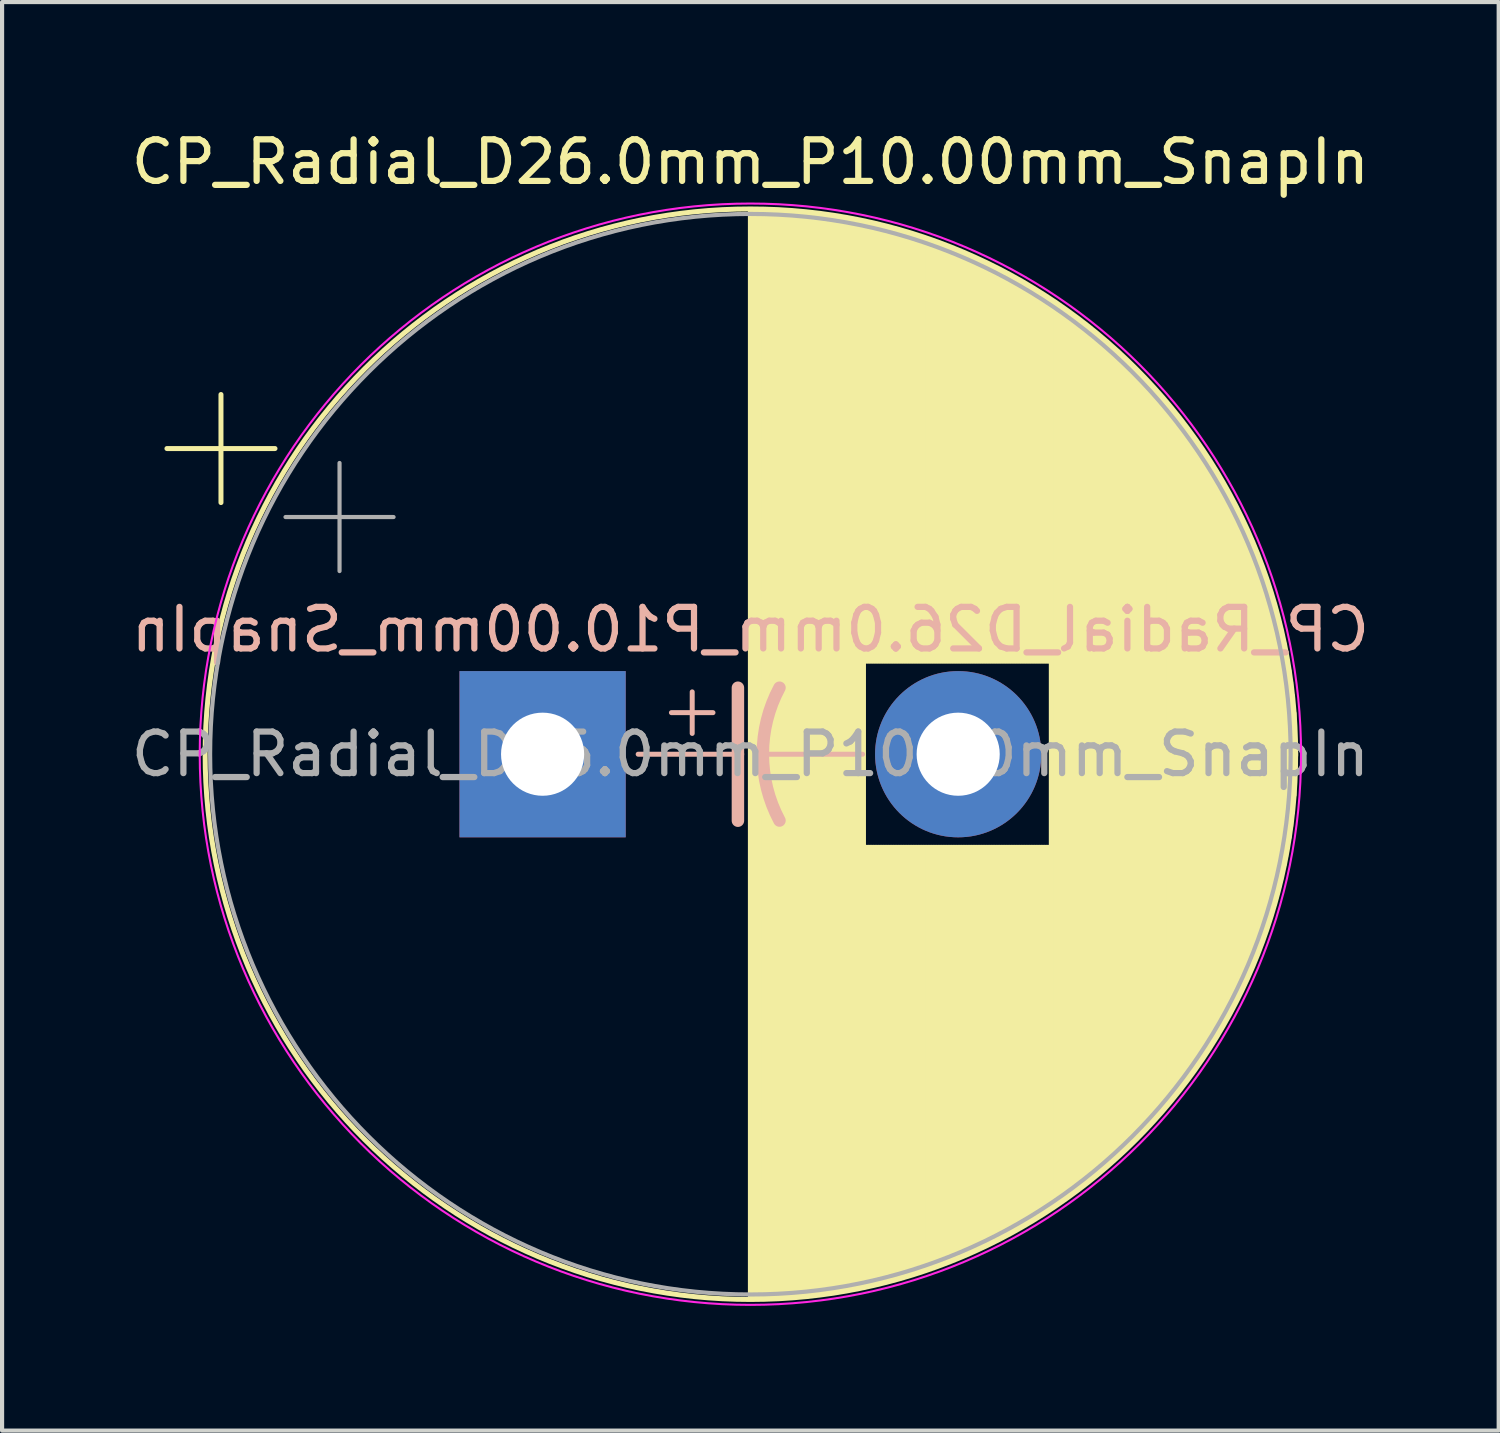
<source format=kicad_pcb>
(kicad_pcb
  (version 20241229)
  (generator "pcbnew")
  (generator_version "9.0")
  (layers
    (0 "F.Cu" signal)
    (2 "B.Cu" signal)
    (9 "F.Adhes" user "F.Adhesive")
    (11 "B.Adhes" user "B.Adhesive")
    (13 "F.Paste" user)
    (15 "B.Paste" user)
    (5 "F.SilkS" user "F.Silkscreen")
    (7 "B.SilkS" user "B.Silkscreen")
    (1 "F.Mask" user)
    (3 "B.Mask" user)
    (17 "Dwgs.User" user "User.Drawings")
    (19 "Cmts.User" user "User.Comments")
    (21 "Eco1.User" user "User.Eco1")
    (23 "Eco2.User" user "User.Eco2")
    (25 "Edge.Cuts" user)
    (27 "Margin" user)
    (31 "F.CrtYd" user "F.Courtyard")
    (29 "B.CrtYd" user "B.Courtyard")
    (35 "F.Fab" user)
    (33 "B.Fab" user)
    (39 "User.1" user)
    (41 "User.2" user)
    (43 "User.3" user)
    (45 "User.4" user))
  (footprint "CP_Radial_D26.0mm_P10.00mm_SnapIn"
    (layer "F.Cu")
    (at 10.006 15.098)
    (property "Reference" "CP_Radial_D26.0mm_P10.00mm_SnapIn" (at 5 -14.25 0) (layer "F.SilkS") (effects (font (size 1 1) (thickness 0.15))))
    (fp_line (start -9.039 -7.355) (end -6.439 -7.355) (stroke (width 0.12) (type solid)) (layer "F.SilkS"))
    (fp_line (start -7.739 -8.655) (end -7.739 -6.055) (stroke (width 0.12) (type solid)) (layer "F.SilkS"))
    (fp_line (start 5 -13.081) (end 5 13.081) (stroke (width 0.12) (type solid)) (layer "F.SilkS"))
    (fp_line (start 5.04 -13.08) (end 5.04 13.08) (stroke (width 0.12) (type solid)) (layer "F.SilkS"))
    (fp_line (start 5.08 -13.08) (end 5.08 13.08) (stroke (width 0.12) (type solid)) (layer "F.SilkS"))
    (fp_line (start 5.12 -13.08) (end 5.12 13.08) (stroke (width 0.12) (type solid)) (layer "F.SilkS"))
    (fp_line (start 5.16 -13.08) (end 5.16 13.08) (stroke (width 0.12) (type solid)) (layer "F.SilkS"))
    (fp_line (start 5.2 -13.079) (end 5.2 13.079) (stroke (width 0.12) (type solid)) (layer "F.SilkS"))
    (fp_line (start 5.24 -13.078) (end 5.24 13.078) (stroke (width 0.12) (type solid)) (layer "F.SilkS"))
    (fp_line (start 5.28 -13.078) (end 5.28 13.078) (stroke (width 0.12) (type solid)) (layer "F.SilkS"))
    (fp_line (start 5.32 -13.077) (end 5.32 13.077) (stroke (width 0.12) (type solid)) (layer "F.SilkS"))
    (fp_line (start 5.36 -13.076) (end 5.36 13.076) (stroke (width 0.12) (type solid)) (layer "F.SilkS"))
    (fp_line (start 5.4 -13.074) (end 5.4 13.074) (stroke (width 0.12) (type solid)) (layer "F.SilkS"))
    (fp_line (start 5.44 -13.073) (end 5.44 13.073) (stroke (width 0.12) (type solid)) (layer "F.SilkS"))
    (fp_line (start 5.48 -13.072) (end 5.48 13.072) (stroke (width 0.12) (type solid)) (layer "F.SilkS"))
    (fp_line (start 5.52 -13.07) (end 5.52 13.07) (stroke (width 0.12) (type solid)) (layer "F.SilkS"))
    (fp_line (start 5.56 -13.069) (end 5.56 13.069) (stroke (width 0.12) (type solid)) (layer "F.SilkS"))
    (fp_line (start 5.6 -13.067) (end 5.6 13.067) (stroke (width 0.12) (type solid)) (layer "F.SilkS"))
    (fp_line (start 5.64 -13.065) (end 5.64 13.065) (stroke (width 0.12) (type solid)) (layer "F.SilkS"))
    (fp_line (start 5.68 -13.063) (end 5.68 13.063) (stroke (width 0.12) (type solid)) (layer "F.SilkS"))
    (fp_line (start 5.721 -13.061) (end 5.721 13.061) (stroke (width 0.12) (type solid)) (layer "F.SilkS"))
    (fp_line (start 5.761 -13.058) (end 5.761 13.058) (stroke (width 0.12) (type solid)) (layer "F.SilkS"))
    (fp_line (start 5.801 -13.056) (end 5.801 13.056) (stroke (width 0.12) (type solid)) (layer "F.SilkS"))
    (fp_line (start 5.841 -13.054) (end 5.841 13.054) (stroke (width 0.12) (type solid)) (layer "F.SilkS"))
    (fp_line (start 5.881 -13.051) (end 5.881 13.051) (stroke (width 0.12) (type solid)) (layer "F.SilkS"))
    (fp_line (start 5.921 -13.048) (end 5.921 13.048) (stroke (width 0.12) (type solid)) (layer "F.SilkS"))
    (fp_line (start 5.961 -13.045) (end 5.961 13.045) (stroke (width 0.12) (type solid)) (layer "F.SilkS"))
    (fp_line (start 6.001 -13.042) (end 6.001 13.042) (stroke (width 0.12) (type solid)) (layer "F.SilkS"))
    (fp_line (start 6.041 -13.039) (end 6.041 13.039) (stroke (width 0.12) (type solid)) (layer "F.SilkS"))
    (fp_line (start 6.081 -13.036) (end 6.081 13.036) (stroke (width 0.12) (type solid)) (layer "F.SilkS"))
    (fp_line (start 6.121 -13.033) (end 6.121 13.033) (stroke (width 0.12) (type solid)) (layer "F.SilkS"))
    (fp_line (start 6.161 -13.029) (end 6.161 13.029) (stroke (width 0.12) (type solid)) (layer "F.SilkS"))
    (fp_line (start 6.201 -13.026) (end 6.201 13.026) (stroke (width 0.12) (type solid)) (layer "F.SilkS"))
    (fp_line (start 6.241 -13.022) (end 6.241 13.022) (stroke (width 0.12) (type solid)) (layer "F.SilkS"))
    (fp_line (start 6.281 -13.018) (end 6.281 13.018) (stroke (width 0.12) (type solid)) (layer "F.SilkS"))
    (fp_line (start 6.321 -13.014) (end 6.321 13.014) (stroke (width 0.12) (type solid)) (layer "F.SilkS"))
    (fp_line (start 6.361 -13.01) (end 6.361 13.01) (stroke (width 0.12) (type solid)) (layer "F.SilkS"))
    (fp_line (start 6.401 -13.006) (end 6.401 13.006) (stroke (width 0.12) (type solid)) (layer "F.SilkS"))
    (fp_line (start 6.441 -13.001) (end 6.441 13.001) (stroke (width 0.12) (type solid)) (layer "F.SilkS"))
    (fp_line (start 6.481 -12.997) (end 6.481 12.997) (stroke (width 0.12) (type solid)) (layer "F.SilkS"))
    (fp_line (start 6.521 -12.992) (end 6.521 12.992) (stroke (width 0.12) (type solid)) (layer "F.SilkS"))
    (fp_line (start 6.561 -12.987) (end 6.561 12.987) (stroke (width 0.12) (type solid)) (layer "F.SilkS"))
    (fp_line (start 6.601 -12.983) (end 6.601 12.983) (stroke (width 0.12) (type solid)) (layer "F.SilkS"))
    (fp_line (start 6.641 -12.978) (end 6.641 12.978) (stroke (width 0.12) (type solid)) (layer "F.SilkS"))
    (fp_line (start 6.681 -12.972) (end 6.681 12.972) (stroke (width 0.12) (type solid)) (layer "F.SilkS"))
    (fp_line (start 6.721 -12.967) (end 6.721 12.967) (stroke (width 0.12) (type solid)) (layer "F.SilkS"))
    (fp_line (start 6.761 -12.962) (end 6.761 12.962) (stroke (width 0.12) (type solid)) (layer "F.SilkS"))
    (fp_line (start 6.801 -12.956) (end 6.801 12.956) (stroke (width 0.12) (type solid)) (layer "F.SilkS"))
    (fp_line (start 6.841 -12.951) (end 6.841 12.951) (stroke (width 0.12) (type solid)) (layer "F.SilkS"))
    (fp_line (start 6.881 -12.945) (end 6.881 12.945) (stroke (width 0.12) (type solid)) (layer "F.SilkS"))
    (fp_line (start 6.921 -12.939) (end 6.921 12.939) (stroke (width 0.12) (type solid)) (layer "F.SilkS"))
    (fp_line (start 6.961 -12.933) (end 6.961 12.933) (stroke (width 0.12) (type solid)) (layer "F.SilkS"))
    (fp_line (start 7.001 -12.927) (end 7.001 12.927) (stroke (width 0.12) (type solid)) (layer "F.SilkS"))
    (fp_line (start 7.041 -12.921) (end 7.041 12.921) (stroke (width 0.12) (type solid)) (layer "F.SilkS"))
    (fp_line (start 7.081 -12.915) (end 7.081 12.915) (stroke (width 0.12) (type solid)) (layer "F.SilkS"))
    (fp_line (start 7.121 -12.908) (end 7.121 12.908) (stroke (width 0.12) (type solid)) (layer "F.SilkS"))
    (fp_line (start 7.161 -12.901) (end 7.161 12.901) (stroke (width 0.12) (type solid)) (layer "F.SilkS"))
    (fp_line (start 7.201 -12.895) (end 7.201 12.895) (stroke (width 0.12) (type solid)) (layer "F.SilkS"))
    (fp_line (start 7.241 -12.888) (end 7.241 12.888) (stroke (width 0.12) (type solid)) (layer "F.SilkS"))
    (fp_line (start 7.281 -12.881) (end 7.281 12.881) (stroke (width 0.12) (type solid)) (layer "F.SilkS"))
    (fp_line (start 7.321 -12.874) (end 7.321 12.874) (stroke (width 0.12) (type solid)) (layer "F.SilkS"))
    (fp_line (start 7.361 -12.866) (end 7.361 12.866) (stroke (width 0.12) (type solid)) (layer "F.SilkS"))
    (fp_line (start 7.401 -12.859) (end 7.401 12.859) (stroke (width 0.12) (type solid)) (layer "F.SilkS"))
    (fp_line (start 7.441 -12.852) (end 7.441 12.852) (stroke (width 0.12) (type solid)) (layer "F.SilkS"))
    (fp_line (start 7.481 -12.844) (end 7.481 12.844) (stroke (width 0.12) (type solid)) (layer "F.SilkS"))
    (fp_line (start 7.521 -12.836) (end 7.521 12.836) (stroke (width 0.12) (type solid)) (layer "F.SilkS"))
    (fp_line (start 7.561 -12.828) (end 7.561 12.828) (stroke (width 0.12) (type solid)) (layer "F.SilkS"))
    (fp_line (start 7.601 -12.82) (end 7.601 12.82) (stroke (width 0.12) (type solid)) (layer "F.SilkS"))
    (fp_line (start 7.641 -12.812) (end 7.641 12.812) (stroke (width 0.12) (type solid)) (layer "F.SilkS"))
    (fp_line (start 7.681 -12.804) (end 7.681 12.804) (stroke (width 0.12) (type solid)) (layer "F.SilkS"))
    (fp_line (start 7.721 -12.795) (end 7.721 12.795) (stroke (width 0.12) (type solid)) (layer "F.SilkS"))
    (fp_line (start 7.761 -12.787) (end 7.761 -2.24) (stroke (width 0.12) (type solid)) (layer "F.SilkS"))
    (fp_line (start 7.761 2.24) (end 7.761 12.787) (stroke (width 0.12) (type solid)) (layer "F.SilkS"))
    (fp_line (start 7.801 -12.778) (end 7.801 -2.24) (stroke (width 0.12) (type solid)) (layer "F.SilkS"))
    (fp_line (start 7.801 2.24) (end 7.801 12.778) (stroke (width 0.12) (type solid)) (layer "F.SilkS"))
    (fp_line (start 7.841 -12.769) (end 7.841 -2.24) (stroke (width 0.12) (type solid)) (layer "F.SilkS"))
    (fp_line (start 7.841 2.24) (end 7.841 12.769) (stroke (width 0.12) (type solid)) (layer "F.SilkS"))
    (fp_line (start 7.881 -12.761) (end 7.881 -2.24) (stroke (width 0.12) (type solid)) (layer "F.SilkS"))
    (fp_line (start 7.881 2.24) (end 7.881 12.761) (stroke (width 0.12) (type solid)) (layer "F.SilkS"))
    (fp_line (start 7.921 -12.751) (end 7.921 -2.24) (stroke (width 0.12) (type solid)) (layer "F.SilkS"))
    (fp_line (start 7.921 2.24) (end 7.921 12.751) (stroke (width 0.12) (type solid)) (layer "F.SilkS"))
    (fp_line (start 7.961 -12.742) (end 7.961 -2.24) (stroke (width 0.12) (type solid)) (layer "F.SilkS"))
    (fp_line (start 7.961 2.24) (end 7.961 12.742) (stroke (width 0.12) (type solid)) (layer "F.SilkS"))
    (fp_line (start 8.001 -12.733) (end 8.001 -2.24) (stroke (width 0.12) (type solid)) (layer "F.SilkS"))
    (fp_line (start 8.001 2.24) (end 8.001 12.733) (stroke (width 0.12) (type solid)) (layer "F.SilkS"))
    (fp_line (start 8.041 -12.723) (end 8.041 -2.24) (stroke (width 0.12) (type solid)) (layer "F.SilkS"))
    (fp_line (start 8.041 2.24) (end 8.041 12.723) (stroke (width 0.12) (type solid)) (layer "F.SilkS"))
    (fp_line (start 8.081 -12.714) (end 8.081 -2.24) (stroke (width 0.12) (type solid)) (layer "F.SilkS"))
    (fp_line (start 8.081 2.24) (end 8.081 12.714) (stroke (width 0.12) (type solid)) (layer "F.SilkS"))
    (fp_line (start 8.121 -12.704) (end 8.121 -2.24) (stroke (width 0.12) (type solid)) (layer "F.SilkS"))
    (fp_line (start 8.121 2.24) (end 8.121 12.704) (stroke (width 0.12) (type solid)) (layer "F.SilkS"))
    (fp_line (start 8.161 -12.694) (end 8.161 -2.24) (stroke (width 0.12) (type solid)) (layer "F.SilkS"))
    (fp_line (start 8.161 2.24) (end 8.161 12.694) (stroke (width 0.12) (type solid)) (layer "F.SilkS"))
    (fp_line (start 8.201 -12.684) (end 8.201 -2.24) (stroke (width 0.12) (type solid)) (layer "F.SilkS"))
    (fp_line (start 8.201 2.24) (end 8.201 12.684) (stroke (width 0.12) (type solid)) (layer "F.SilkS"))
    (fp_line (start 8.241 -12.674) (end 8.241 -2.24) (stroke (width 0.12) (type solid)) (layer "F.SilkS"))
    (fp_line (start 8.241 2.24) (end 8.241 12.674) (stroke (width 0.12) (type solid)) (layer "F.SilkS"))
    (fp_line (start 8.281 -12.664) (end 8.281 -2.24) (stroke (width 0.12) (type solid)) (layer "F.SilkS"))
    (fp_line (start 8.281 2.24) (end 8.281 12.664) (stroke (width 0.12) (type solid)) (layer "F.SilkS"))
    (fp_line (start 8.321 -12.653) (end 8.321 -2.24) (stroke (width 0.12) (type solid)) (layer "F.SilkS"))
    (fp_line (start 8.321 2.24) (end 8.321 12.653) (stroke (width 0.12) (type solid)) (layer "F.SilkS"))
    (fp_line (start 8.361 -12.643) (end 8.361 -2.24) (stroke (width 0.12) (type solid)) (layer "F.SilkS"))
    (fp_line (start 8.361 2.24) (end 8.361 12.643) (stroke (width 0.12) (type solid)) (layer "F.SilkS"))
    (fp_line (start 8.401 -12.632) (end 8.401 -2.24) (stroke (width 0.12) (type solid)) (layer "F.SilkS"))
    (fp_line (start 8.401 2.24) (end 8.401 12.632) (stroke (width 0.12) (type solid)) (layer "F.SilkS"))
    (fp_line (start 8.441 -12.621) (end 8.441 -2.24) (stroke (width 0.12) (type solid)) (layer "F.SilkS"))
    (fp_line (start 8.441 2.24) (end 8.441 12.621) (stroke (width 0.12) (type solid)) (layer "F.SilkS"))
    (fp_line (start 8.481 -12.611) (end 8.481 -2.24) (stroke (width 0.12) (type solid)) (layer "F.SilkS"))
    (fp_line (start 8.481 2.24) (end 8.481 12.611) (stroke (width 0.12) (type solid)) (layer "F.SilkS"))
    (fp_line (start 8.521 -12.599) (end 8.521 -2.24) (stroke (width 0.12) (type solid)) (layer "F.SilkS"))
    (fp_line (start 8.521 2.24) (end 8.521 12.599) (stroke (width 0.12) (type solid)) (layer "F.SilkS"))
    (fp_line (start 8.561 -12.588) (end 8.561 -2.24) (stroke (width 0.12) (type solid)) (layer "F.SilkS"))
    (fp_line (start 8.561 2.24) (end 8.561 12.588) (stroke (width 0.12) (type solid)) (layer "F.SilkS"))
    (fp_line (start 8.601 -12.577) (end 8.601 -2.24) (stroke (width 0.12) (type solid)) (layer "F.SilkS"))
    (fp_line (start 8.601 2.24) (end 8.601 12.577) (stroke (width 0.12) (type solid)) (layer "F.SilkS"))
    (fp_line (start 8.641 -12.565) (end 8.641 -2.24) (stroke (width 0.12) (type solid)) (layer "F.SilkS"))
    (fp_line (start 8.641 2.24) (end 8.641 12.565) (stroke (width 0.12) (type solid)) (layer "F.SilkS"))
    (fp_line (start 8.681 -12.554) (end 8.681 -2.24) (stroke (width 0.12) (type solid)) (layer "F.SilkS"))
    (fp_line (start 8.681 2.24) (end 8.681 12.554) (stroke (width 0.12) (type solid)) (layer "F.SilkS"))
    (fp_line (start 8.721 -12.542) (end 8.721 -2.24) (stroke (width 0.12) (type solid)) (layer "F.SilkS"))
    (fp_line (start 8.721 2.24) (end 8.721 12.542) (stroke (width 0.12) (type solid)) (layer "F.SilkS"))
    (fp_line (start 8.761 -12.53) (end 8.761 -2.24) (stroke (width 0.12) (type solid)) (layer "F.SilkS"))
    (fp_line (start 8.761 2.24) (end 8.761 12.53) (stroke (width 0.12) (type solid)) (layer "F.SilkS"))
    (fp_line (start 8.801 -12.518) (end 8.801 -2.24) (stroke (width 0.12) (type solid)) (layer "F.SilkS"))
    (fp_line (start 8.801 2.24) (end 8.801 12.518) (stroke (width 0.12) (type solid)) (layer "F.SilkS"))
    (fp_line (start 8.841 -12.506) (end 8.841 -2.24) (stroke (width 0.12) (type solid)) (layer "F.SilkS"))
    (fp_line (start 8.841 2.24) (end 8.841 12.506) (stroke (width 0.12) (type solid)) (layer "F.SilkS"))
    (fp_line (start 8.881 -12.494) (end 8.881 -2.24) (stroke (width 0.12) (type solid)) (layer "F.SilkS"))
    (fp_line (start 8.881 2.24) (end 8.881 12.494) (stroke (width 0.12) (type solid)) (layer "F.SilkS"))
    (fp_line (start 8.921 -12.481) (end 8.921 -2.24) (stroke (width 0.12) (type solid)) (layer "F.SilkS"))
    (fp_line (start 8.921 2.24) (end 8.921 12.481) (stroke (width 0.12) (type solid)) (layer "F.SilkS"))
    (fp_line (start 8.961 -12.469) (end 8.961 -2.24) (stroke (width 0.12) (type solid)) (layer "F.SilkS"))
    (fp_line (start 8.961 2.24) (end 8.961 12.469) (stroke (width 0.12) (type solid)) (layer "F.SilkS"))
    (fp_line (start 9.001 -12.456) (end 9.001 -2.24) (stroke (width 0.12) (type solid)) (layer "F.SilkS"))
    (fp_line (start 9.001 2.24) (end 9.001 12.456) (stroke (width 0.12) (type solid)) (layer "F.SilkS"))
    (fp_line (start 9.041 -12.443) (end 9.041 -2.24) (stroke (width 0.12) (type solid)) (layer "F.SilkS"))
    (fp_line (start 9.041 2.24) (end 9.041 12.443) (stroke (width 0.12) (type solid)) (layer "F.SilkS"))
    (fp_line (start 9.081 -12.43) (end 9.081 -2.24) (stroke (width 0.12) (type solid)) (layer "F.SilkS"))
    (fp_line (start 9.081 2.24) (end 9.081 12.43) (stroke (width 0.12) (type solid)) (layer "F.SilkS"))
    (fp_line (start 9.121 -12.417) (end 9.121 -2.24) (stroke (width 0.12) (type solid)) (layer "F.SilkS"))
    (fp_line (start 9.121 2.24) (end 9.121 12.417) (stroke (width 0.12) (type solid)) (layer "F.SilkS"))
    (fp_line (start 9.161 -12.404) (end 9.161 -2.24) (stroke (width 0.12) (type solid)) (layer "F.SilkS"))
    (fp_line (start 9.161 2.24) (end 9.161 12.404) (stroke (width 0.12) (type solid)) (layer "F.SilkS"))
    (fp_line (start 9.201 -12.39) (end 9.201 -2.24) (stroke (width 0.12) (type solid)) (layer "F.SilkS"))
    (fp_line (start 9.201 2.24) (end 9.201 12.39) (stroke (width 0.12) (type solid)) (layer "F.SilkS"))
    (fp_line (start 9.241 -12.376) (end 9.241 -2.24) (stroke (width 0.12) (type solid)) (layer "F.SilkS"))
    (fp_line (start 9.241 2.24) (end 9.241 12.376) (stroke (width 0.12) (type solid)) (layer "F.SilkS"))
    (fp_line (start 9.281 -12.363) (end 9.281 -2.24) (stroke (width 0.12) (type solid)) (layer "F.SilkS"))
    (fp_line (start 9.281 2.24) (end 9.281 12.363) (stroke (width 0.12) (type solid)) (layer "F.SilkS"))
    (fp_line (start 9.321 -12.349) (end 9.321 -2.24) (stroke (width 0.12) (type solid)) (layer "F.SilkS"))
    (fp_line (start 9.321 2.24) (end 9.321 12.349) (stroke (width 0.12) (type solid)) (layer "F.SilkS"))
    (fp_line (start 9.361 -12.335) (end 9.361 -2.24) (stroke (width 0.12) (type solid)) (layer "F.SilkS"))
    (fp_line (start 9.361 2.24) (end 9.361 12.335) (stroke (width 0.12) (type solid)) (layer "F.SilkS"))
    (fp_line (start 9.401 -12.321) (end 9.401 -2.24) (stroke (width 0.12) (type solid)) (layer "F.SilkS"))
    (fp_line (start 9.401 2.24) (end 9.401 12.321) (stroke (width 0.12) (type solid)) (layer "F.SilkS"))
    (fp_line (start 9.441 -12.306) (end 9.441 -2.24) (stroke (width 0.12) (type solid)) (layer "F.SilkS"))
    (fp_line (start 9.441 2.24) (end 9.441 12.306) (stroke (width 0.12) (type solid)) (layer "F.SilkS"))
    (fp_line (start 9.481 -12.292) (end 9.481 -2.24) (stroke (width 0.12) (type solid)) (layer "F.SilkS"))
    (fp_line (start 9.481 2.24) (end 9.481 12.292) (stroke (width 0.12) (type solid)) (layer "F.SilkS"))
    (fp_line (start 9.521 -12.277) (end 9.521 -2.24) (stroke (width 0.12) (type solid)) (layer "F.SilkS"))
    (fp_line (start 9.521 2.24) (end 9.521 12.277) (stroke (width 0.12) (type solid)) (layer "F.SilkS"))
    (fp_line (start 9.561 -12.263) (end 9.561 -2.24) (stroke (width 0.12) (type solid)) (layer "F.SilkS"))
    (fp_line (start 9.561 2.24) (end 9.561 12.263) (stroke (width 0.12) (type solid)) (layer "F.SilkS"))
    (fp_line (start 9.601 -12.248) (end 9.601 -2.24) (stroke (width 0.12) (type solid)) (layer "F.SilkS"))
    (fp_line (start 9.601 2.24) (end 9.601 12.248) (stroke (width 0.12) (type solid)) (layer "F.SilkS"))
    (fp_line (start 9.641 -12.233) (end 9.641 -2.24) (stroke (width 0.12) (type solid)) (layer "F.SilkS"))
    (fp_line (start 9.641 2.24) (end 9.641 12.233) (stroke (width 0.12) (type solid)) (layer "F.SilkS"))
    (fp_line (start 9.681 -12.217) (end 9.681 -2.24) (stroke (width 0.12) (type solid)) (layer "F.SilkS"))
    (fp_line (start 9.681 2.24) (end 9.681 12.217) (stroke (width 0.12) (type solid)) (layer "F.SilkS"))
    (fp_line (start 9.721 -12.202) (end 9.721 -2.24) (stroke (width 0.12) (type solid)) (layer "F.SilkS"))
    (fp_line (start 9.721 2.24) (end 9.721 12.202) (stroke (width 0.12) (type solid)) (layer "F.SilkS"))
    (fp_line (start 9.761 -12.187) (end 9.761 -2.24) (stroke (width 0.12) (type solid)) (layer "F.SilkS"))
    (fp_line (start 9.761 2.24) (end 9.761 12.187) (stroke (width 0.12) (type solid)) (layer "F.SilkS"))
    (fp_line (start 9.801 -12.171) (end 9.801 -2.24) (stroke (width 0.12) (type solid)) (layer "F.SilkS"))
    (fp_line (start 9.801 2.24) (end 9.801 12.171) (stroke (width 0.12) (type solid)) (layer "F.SilkS"))
    (fp_line (start 9.841 -12.155) (end 9.841 -2.24) (stroke (width 0.12) (type solid)) (layer "F.SilkS"))
    (fp_line (start 9.841 2.24) (end 9.841 12.155) (stroke (width 0.12) (type solid)) (layer "F.SilkS"))
    (fp_line (start 9.881 -12.139) (end 9.881 -2.24) (stroke (width 0.12) (type solid)) (layer "F.SilkS"))
    (fp_line (start 9.881 2.24) (end 9.881 12.139) (stroke (width 0.12) (type solid)) (layer "F.SilkS"))
    (fp_line (start 9.921 -12.123) (end 9.921 -2.24) (stroke (width 0.12) (type solid)) (layer "F.SilkS"))
    (fp_line (start 9.921 2.24) (end 9.921 12.123) (stroke (width 0.12) (type solid)) (layer "F.SilkS"))
    (fp_line (start 9.961 -12.107) (end 9.961 -2.24) (stroke (width 0.12) (type solid)) (layer "F.SilkS"))
    (fp_line (start 9.961 2.24) (end 9.961 12.107) (stroke (width 0.12) (type solid)) (layer "F.SilkS"))
    (fp_line (start 10.001 -12.09) (end 10.001 -2.24) (stroke (width 0.12) (type solid)) (layer "F.SilkS"))
    (fp_line (start 10.001 2.24) (end 10.001 12.09) (stroke (width 0.12) (type solid)) (layer "F.SilkS"))
    (fp_line (start 10.041 -12.074) (end 10.041 -2.24) (stroke (width 0.12) (type solid)) (layer "F.SilkS"))
    (fp_line (start 10.041 2.24) (end 10.041 12.074) (stroke (width 0.12) (type solid)) (layer "F.SilkS"))
    (fp_line (start 10.081 -12.057) (end 10.081 -2.24) (stroke (width 0.12) (type solid)) (layer "F.SilkS"))
    (fp_line (start 10.081 2.24) (end 10.081 12.057) (stroke (width 0.12) (type solid)) (layer "F.SilkS"))
    (fp_line (start 10.121 -12.04) (end 10.121 -2.24) (stroke (width 0.12) (type solid)) (layer "F.SilkS"))
    (fp_line (start 10.121 2.24) (end 10.121 12.04) (stroke (width 0.12) (type solid)) (layer "F.SilkS"))
    (fp_line (start 10.161 -12.023) (end 10.161 -2.24) (stroke (width 0.12) (type solid)) (layer "F.SilkS"))
    (fp_line (start 10.161 2.24) (end 10.161 12.023) (stroke (width 0.12) (type solid)) (layer "F.SilkS"))
    (fp_line (start 10.201 -12.006) (end 10.201 -2.24) (stroke (width 0.12) (type solid)) (layer "F.SilkS"))
    (fp_line (start 10.201 2.24) (end 10.201 12.006) (stroke (width 0.12) (type solid)) (layer "F.SilkS"))
    (fp_line (start 10.241 -11.989) (end 10.241 -2.24) (stroke (width 0.12) (type solid)) (layer "F.SilkS"))
    (fp_line (start 10.241 2.24) (end 10.241 11.989) (stroke (width 0.12) (type solid)) (layer "F.SilkS"))
    (fp_line (start 10.281 -11.971) (end 10.281 -2.24) (stroke (width 0.12) (type solid)) (layer "F.SilkS"))
    (fp_line (start 10.281 2.24) (end 10.281 11.971) (stroke (width 0.12) (type solid)) (layer "F.SilkS"))
    (fp_line (start 10.321 -11.953) (end 10.321 -2.24) (stroke (width 0.12) (type solid)) (layer "F.SilkS"))
    (fp_line (start 10.321 2.24) (end 10.321 11.953) (stroke (width 0.12) (type solid)) (layer "F.SilkS"))
    (fp_line (start 10.361 -11.936) (end 10.361 -2.24) (stroke (width 0.12) (type solid)) (layer "F.SilkS"))
    (fp_line (start 10.361 2.24) (end 10.361 11.936) (stroke (width 0.12) (type solid)) (layer "F.SilkS"))
    (fp_line (start 10.401 -11.918) (end 10.401 -2.24) (stroke (width 0.12) (type solid)) (layer "F.SilkS"))
    (fp_line (start 10.401 2.24) (end 10.401 11.918) (stroke (width 0.12) (type solid)) (layer "F.SilkS"))
    (fp_line (start 10.441 -11.9) (end 10.441 -2.24) (stroke (width 0.12) (type solid)) (layer "F.SilkS"))
    (fp_line (start 10.441 2.24) (end 10.441 11.9) (stroke (width 0.12) (type solid)) (layer "F.SilkS"))
    (fp_line (start 10.481 -11.881) (end 10.481 -2.24) (stroke (width 0.12) (type solid)) (layer "F.SilkS"))
    (fp_line (start 10.481 2.24) (end 10.481 11.881) (stroke (width 0.12) (type solid)) (layer "F.SilkS"))
    (fp_line (start 10.521 -11.863) (end 10.521 -2.24) (stroke (width 0.12) (type solid)) (layer "F.SilkS"))
    (fp_line (start 10.521 2.24) (end 10.521 11.863) (stroke (width 0.12) (type solid)) (layer "F.SilkS"))
    (fp_line (start 10.561 -11.844) (end 10.561 -2.24) (stroke (width 0.12) (type solid)) (layer "F.SilkS"))
    (fp_line (start 10.561 2.24) (end 10.561 11.844) (stroke (width 0.12) (type solid)) (layer "F.SilkS"))
    (fp_line (start 10.601 -11.825) (end 10.601 -2.24) (stroke (width 0.12) (type solid)) (layer "F.SilkS"))
    (fp_line (start 10.601 2.24) (end 10.601 11.825) (stroke (width 0.12) (type solid)) (layer "F.SilkS"))
    (fp_line (start 10.641 -11.806) (end 10.641 -2.24) (stroke (width 0.12) (type solid)) (layer "F.SilkS"))
    (fp_line (start 10.641 2.24) (end 10.641 11.806) (stroke (width 0.12) (type solid)) (layer "F.SilkS"))
    (fp_line (start 10.681 -11.787) (end 10.681 -2.24) (stroke (width 0.12) (type solid)) (layer "F.SilkS"))
    (fp_line (start 10.681 2.24) (end 10.681 11.787) (stroke (width 0.12) (type solid)) (layer "F.SilkS"))
    (fp_line (start 10.721 -11.768) (end 10.721 -2.24) (stroke (width 0.12) (type solid)) (layer "F.SilkS"))
    (fp_line (start 10.721 2.24) (end 10.721 11.768) (stroke (width 0.12) (type solid)) (layer "F.SilkS"))
    (fp_line (start 10.761 -11.748) (end 10.761 -2.24) (stroke (width 0.12) (type solid)) (layer "F.SilkS"))
    (fp_line (start 10.761 2.24) (end 10.761 11.748) (stroke (width 0.12) (type solid)) (layer "F.SilkS"))
    (fp_line (start 10.801 -11.729) (end 10.801 -2.24) (stroke (width 0.12) (type solid)) (layer "F.SilkS"))
    (fp_line (start 10.801 2.24) (end 10.801 11.729) (stroke (width 0.12) (type solid)) (layer "F.SilkS"))
    (fp_line (start 10.841 -11.709) (end 10.841 -2.24) (stroke (width 0.12) (type solid)) (layer "F.SilkS"))
    (fp_line (start 10.841 2.24) (end 10.841 11.709) (stroke (width 0.12) (type solid)) (layer "F.SilkS"))
    (fp_line (start 10.881 -11.689) (end 10.881 -2.24) (stroke (width 0.12) (type solid)) (layer "F.SilkS"))
    (fp_line (start 10.881 2.24) (end 10.881 11.689) (stroke (width 0.12) (type solid)) (layer "F.SilkS"))
    (fp_line (start 10.921 -11.669) (end 10.921 -2.24) (stroke (width 0.12) (type solid)) (layer "F.SilkS"))
    (fp_line (start 10.921 2.24) (end 10.921 11.669) (stroke (width 0.12) (type solid)) (layer "F.SilkS"))
    (fp_line (start 10.961 -11.649) (end 10.961 -2.24) (stroke (width 0.12) (type solid)) (layer "F.SilkS"))
    (fp_line (start 10.961 2.24) (end 10.961 11.649) (stroke (width 0.12) (type solid)) (layer "F.SilkS"))
    (fp_line (start 11.001 -11.628) (end 11.001 -2.24) (stroke (width 0.12) (type solid)) (layer "F.SilkS"))
    (fp_line (start 11.001 2.24) (end 11.001 11.628) (stroke (width 0.12) (type solid)) (layer "F.SilkS"))
    (fp_line (start 11.041 -11.608) (end 11.041 -2.24) (stroke (width 0.12) (type solid)) (layer "F.SilkS"))
    (fp_line (start 11.041 2.24) (end 11.041 11.608) (stroke (width 0.12) (type solid)) (layer "F.SilkS"))
    (fp_line (start 11.081 -11.587) (end 11.081 -2.24) (stroke (width 0.12) (type solid)) (layer "F.SilkS"))
    (fp_line (start 11.081 2.24) (end 11.081 11.587) (stroke (width 0.12) (type solid)) (layer "F.SilkS"))
    (fp_line (start 11.121 -11.566) (end 11.121 -2.24) (stroke (width 0.12) (type solid)) (layer "F.SilkS"))
    (fp_line (start 11.121 2.24) (end 11.121 11.566) (stroke (width 0.12) (type solid)) (layer "F.SilkS"))
    (fp_line (start 11.161 -11.544) (end 11.161 -2.24) (stroke (width 0.12) (type solid)) (layer "F.SilkS"))
    (fp_line (start 11.161 2.24) (end 11.161 11.544) (stroke (width 0.12) (type solid)) (layer "F.SilkS"))
    (fp_line (start 11.201 -11.523) (end 11.201 -2.24) (stroke (width 0.12) (type solid)) (layer "F.SilkS"))
    (fp_line (start 11.201 2.24) (end 11.201 11.523) (stroke (width 0.12) (type solid)) (layer "F.SilkS"))
    (fp_line (start 11.241 -11.502) (end 11.241 -2.24) (stroke (width 0.12) (type solid)) (layer "F.SilkS"))
    (fp_line (start 11.241 2.24) (end 11.241 11.502) (stroke (width 0.12) (type solid)) (layer "F.SilkS"))
    (fp_line (start 11.281 -11.48) (end 11.281 -2.24) (stroke (width 0.12) (type solid)) (layer "F.SilkS"))
    (fp_line (start 11.281 2.24) (end 11.281 11.48) (stroke (width 0.12) (type solid)) (layer "F.SilkS"))
    (fp_line (start 11.321 -11.458) (end 11.321 -2.24) (stroke (width 0.12) (type solid)) (layer "F.SilkS"))
    (fp_line (start 11.321 2.24) (end 11.321 11.458) (stroke (width 0.12) (type solid)) (layer "F.SilkS"))
    (fp_line (start 11.361 -11.436) (end 11.361 -2.24) (stroke (width 0.12) (type solid)) (layer "F.SilkS"))
    (fp_line (start 11.361 2.24) (end 11.361 11.436) (stroke (width 0.12) (type solid)) (layer "F.SilkS"))
    (fp_line (start 11.401 -11.414) (end 11.401 -2.24) (stroke (width 0.12) (type solid)) (layer "F.SilkS"))
    (fp_line (start 11.401 2.24) (end 11.401 11.414) (stroke (width 0.12) (type solid)) (layer "F.SilkS"))
    (fp_line (start 11.441 -11.391) (end 11.441 -2.24) (stroke (width 0.12) (type solid)) (layer "F.SilkS"))
    (fp_line (start 11.441 2.24) (end 11.441 11.391) (stroke (width 0.12) (type solid)) (layer "F.SilkS"))
    (fp_line (start 11.481 -11.369) (end 11.481 -2.24) (stroke (width 0.12) (type solid)) (layer "F.SilkS"))
    (fp_line (start 11.481 2.24) (end 11.481 11.369) (stroke (width 0.12) (type solid)) (layer "F.SilkS"))
    (fp_line (start 11.521 -11.346) (end 11.521 -2.24) (stroke (width 0.12) (type solid)) (layer "F.SilkS"))
    (fp_line (start 11.521 2.24) (end 11.521 11.346) (stroke (width 0.12) (type solid)) (layer "F.SilkS"))
    (fp_line (start 11.561 -11.323) (end 11.561 -2.24) (stroke (width 0.12) (type solid)) (layer "F.SilkS"))
    (fp_line (start 11.561 2.24) (end 11.561 11.323) (stroke (width 0.12) (type solid)) (layer "F.SilkS"))
    (fp_line (start 11.601 -11.3) (end 11.601 -2.24) (stroke (width 0.12) (type solid)) (layer "F.SilkS"))
    (fp_line (start 11.601 2.24) (end 11.601 11.3) (stroke (width 0.12) (type solid)) (layer "F.SilkS"))
    (fp_line (start 11.641 -11.276) (end 11.641 -2.24) (stroke (width 0.12) (type solid)) (layer "F.SilkS"))
    (fp_line (start 11.641 2.24) (end 11.641 11.276) (stroke (width 0.12) (type solid)) (layer "F.SilkS"))
    (fp_line (start 11.681 -11.253) (end 11.681 -2.24) (stroke (width 0.12) (type solid)) (layer "F.SilkS"))
    (fp_line (start 11.681 2.24) (end 11.681 11.253) (stroke (width 0.12) (type solid)) (layer "F.SilkS"))
    (fp_line (start 11.721 -11.229) (end 11.721 -2.24) (stroke (width 0.12) (type solid)) (layer "F.SilkS"))
    (fp_line (start 11.721 2.24) (end 11.721 11.229) (stroke (width 0.12) (type solid)) (layer "F.SilkS"))
    (fp_line (start 11.761 -11.205) (end 11.761 -2.24) (stroke (width 0.12) (type solid)) (layer "F.SilkS"))
    (fp_line (start 11.761 2.24) (end 11.761 11.205) (stroke (width 0.12) (type solid)) (layer "F.SilkS"))
    (fp_line (start 11.801 -11.181) (end 11.801 -2.24) (stroke (width 0.12) (type solid)) (layer "F.SilkS"))
    (fp_line (start 11.801 2.24) (end 11.801 11.181) (stroke (width 0.12) (type solid)) (layer "F.SilkS"))
    (fp_line (start 11.841 -11.156) (end 11.841 -2.24) (stroke (width 0.12) (type solid)) (layer "F.SilkS"))
    (fp_line (start 11.841 2.24) (end 11.841 11.156) (stroke (width 0.12) (type solid)) (layer "F.SilkS"))
    (fp_line (start 11.881 -11.132) (end 11.881 -2.24) (stroke (width 0.12) (type solid)) (layer "F.SilkS"))
    (fp_line (start 11.881 2.24) (end 11.881 11.132) (stroke (width 0.12) (type solid)) (layer "F.SilkS"))
    (fp_line (start 11.921 -11.107) (end 11.921 -2.24) (stroke (width 0.12) (type solid)) (layer "F.SilkS"))
    (fp_line (start 11.921 2.24) (end 11.921 11.107) (stroke (width 0.12) (type solid)) (layer "F.SilkS"))
    (fp_line (start 11.961 -11.082) (end 11.961 -2.24) (stroke (width 0.12) (type solid)) (layer "F.SilkS"))
    (fp_line (start 11.961 2.24) (end 11.961 11.082) (stroke (width 0.12) (type solid)) (layer "F.SilkS"))
    (fp_line (start 12.001 -11.057) (end 12.001 -2.24) (stroke (width 0.12) (type solid)) (layer "F.SilkS"))
    (fp_line (start 12.001 2.24) (end 12.001 11.057) (stroke (width 0.12) (type solid)) (layer "F.SilkS"))
    (fp_line (start 12.041 -11.032) (end 12.041 -2.24) (stroke (width 0.12) (type solid)) (layer "F.SilkS"))
    (fp_line (start 12.041 2.24) (end 12.041 11.032) (stroke (width 0.12) (type solid)) (layer "F.SilkS"))
    (fp_line (start 12.081 -11.006) (end 12.081 -2.24) (stroke (width 0.12) (type solid)) (layer "F.SilkS"))
    (fp_line (start 12.081 2.24) (end 12.081 11.006) (stroke (width 0.12) (type solid)) (layer "F.SilkS"))
    (fp_line (start 12.121 -10.98) (end 12.121 -2.24) (stroke (width 0.12) (type solid)) (layer "F.SilkS"))
    (fp_line (start 12.121 2.24) (end 12.121 10.98) (stroke (width 0.12) (type solid)) (layer "F.SilkS"))
    (fp_line (start 12.161 -10.955) (end 12.161 -2.24) (stroke (width 0.12) (type solid)) (layer "F.SilkS"))
    (fp_line (start 12.161 2.24) (end 12.161 10.955) (stroke (width 0.12) (type solid)) (layer "F.SilkS"))
    (fp_line (start 12.201 -10.928) (end 12.201 -2.24) (stroke (width 0.12) (type solid)) (layer "F.SilkS"))
    (fp_line (start 12.201 2.24) (end 12.201 10.928) (stroke (width 0.12) (type solid)) (layer "F.SilkS"))
    (fp_line (start 12.241 -10.902) (end 12.241 10.902) (stroke (width 0.12) (type solid)) (layer "F.SilkS"))
    (fp_line (start 12.281 -10.875) (end 12.281 10.875) (stroke (width 0.12) (type solid)) (layer "F.SilkS"))
    (fp_line (start 12.321 -10.849) (end 12.321 10.849) (stroke (width 0.12) (type solid)) (layer "F.SilkS"))
    (fp_line (start 12.361 -10.822) (end 12.361 10.822) (stroke (width 0.12) (type solid)) (layer "F.SilkS"))
    (fp_line (start 12.401 -10.794) (end 12.401 10.794) (stroke (width 0.12) (type solid)) (layer "F.SilkS"))
    (fp_line (start 12.441 -10.767) (end 12.441 10.767) (stroke (width 0.12) (type solid)) (layer "F.SilkS"))
    (fp_line (start 12.481 -10.739) (end 12.481 10.739) (stroke (width 0.12) (type solid)) (layer "F.SilkS"))
    (fp_line (start 12.521 -10.711) (end 12.521 10.711) (stroke (width 0.12) (type solid)) (layer "F.SilkS"))
    (fp_line (start 12.561 -10.683) (end 12.561 10.683) (stroke (width 0.12) (type solid)) (layer "F.SilkS"))
    (fp_line (start 12.601 -10.655) (end 12.601 10.655) (stroke (width 0.12) (type solid)) (layer "F.SilkS"))
    (fp_line (start 12.641 -10.627) (end 12.641 10.627) (stroke (width 0.12) (type solid)) (layer "F.SilkS"))
    (fp_line (start 12.681 -10.598) (end 12.681 10.598) (stroke (width 0.12) (type solid)) (layer "F.SilkS"))
    (fp_line (start 12.721 -10.569) (end 12.721 10.569) (stroke (width 0.12) (type solid)) (layer "F.SilkS"))
    (fp_line (start 12.761 -10.54) (end 12.761 10.54) (stroke (width 0.12) (type solid)) (layer "F.SilkS"))
    (fp_line (start 12.801 -10.51) (end 12.801 10.51) (stroke (width 0.12) (type solid)) (layer "F.SilkS"))
    (fp_line (start 12.841 -10.48) (end 12.841 10.48) (stroke (width 0.12) (type solid)) (layer "F.SilkS"))
    (fp_line (start 12.881 -10.45) (end 12.881 10.45) (stroke (width 0.12) (type solid)) (layer "F.SilkS"))
    (fp_line (start 12.921 -10.42) (end 12.921 10.42) (stroke (width 0.12) (type solid)) (layer "F.SilkS"))
    (fp_line (start 12.961 -10.39) (end 12.961 10.39) (stroke (width 0.12) (type solid)) (layer "F.SilkS"))
    (fp_line (start 13.001 -10.359) (end 13.001 10.359) (stroke (width 0.12) (type solid)) (layer "F.SilkS"))
    (fp_line (start 13.041 -10.328) (end 13.041 10.328) (stroke (width 0.12) (type solid)) (layer "F.SilkS"))
    (fp_line (start 13.081 -10.297) (end 13.081 10.297) (stroke (width 0.12) (type solid)) (layer "F.SilkS"))
    (fp_line (start 13.121 -10.266) (end 13.121 10.266) (stroke (width 0.12) (type solid)) (layer "F.SilkS"))
    (fp_line (start 13.161 -10.234) (end 13.161 10.234) (stroke (width 0.12) (type solid)) (layer "F.SilkS"))
    (fp_line (start 13.2 -10.202) (end 13.2 10.202) (stroke (width 0.12) (type solid)) (layer "F.SilkS"))
    (fp_line (start 13.24 -10.17) (end 13.24 10.17) (stroke (width 0.12) (type solid)) (layer "F.SilkS"))
    (fp_line (start 13.28 -10.138) (end 13.28 10.138) (stroke (width 0.12) (type solid)) (layer "F.SilkS"))
    (fp_line (start 13.32 -10.105) (end 13.32 10.105) (stroke (width 0.12) (type solid)) (layer "F.SilkS"))
    (fp_line (start 13.36 -10.072) (end 13.36 10.072) (stroke (width 0.12) (type solid)) (layer "F.SilkS"))
    (fp_line (start 13.4 -10.039) (end 13.4 10.039) (stroke (width 0.12) (type solid)) (layer "F.SilkS"))
    (fp_line (start 13.44 -10.005) (end 13.44 10.005) (stroke (width 0.12) (type solid)) (layer "F.SilkS"))
    (fp_line (start 13.48 -9.972) (end 13.48 9.972) (stroke (width 0.12) (type solid)) (layer "F.SilkS"))
    (fp_line (start 13.52 -9.938) (end 13.52 9.938) (stroke (width 0.12) (type solid)) (layer "F.SilkS"))
    (fp_line (start 13.56 -9.903) (end 13.56 9.903) (stroke (width 0.12) (type solid)) (layer "F.SilkS"))
    (fp_line (start 13.6 -9.869) (end 13.6 9.869) (stroke (width 0.12) (type solid)) (layer "F.SilkS"))
    (fp_line (start 13.64 -9.834) (end 13.64 9.834) (stroke (width 0.12) (type solid)) (layer "F.SilkS"))
    (fp_line (start 13.68 -9.799) (end 13.68 9.799) (stroke (width 0.12) (type solid)) (layer "F.SilkS"))
    (fp_line (start 13.72 -9.763) (end 13.72 9.763) (stroke (width 0.12) (type solid)) (layer "F.SilkS"))
    (fp_line (start 13.76 -9.728) (end 13.76 9.728) (stroke (width 0.12) (type solid)) (layer "F.SilkS"))
    (fp_line (start 13.8 -9.692) (end 13.8 9.692) (stroke (width 0.12) (type solid)) (layer "F.SilkS"))
    (fp_line (start 13.84 -9.655) (end 13.84 9.655) (stroke (width 0.12) (type solid)) (layer "F.SilkS"))
    (fp_line (start 13.88 -9.619) (end 13.88 9.619) (stroke (width 0.12) (type solid)) (layer "F.SilkS"))
    (fp_line (start 13.92 -9.582) (end 13.92 9.582) (stroke (width 0.12) (type solid)) (layer "F.SilkS"))
    (fp_line (start 13.96 -9.544) (end 13.96 9.544) (stroke (width 0.12) (type solid)) (layer "F.SilkS"))
    (fp_line (start 14 -9.507) (end 14 9.507) (stroke (width 0.12) (type solid)) (layer "F.SilkS"))
    (fp_line (start 14.04 -9.469) (end 14.04 9.469) (stroke (width 0.12) (type solid)) (layer "F.SilkS"))
    (fp_line (start 14.08 -9.431) (end 14.08 9.431) (stroke (width 0.12) (type solid)) (layer "F.SilkS"))
    (fp_line (start 14.12 -9.392) (end 14.12 9.392) (stroke (width 0.12) (type solid)) (layer "F.SilkS"))
    (fp_line (start 14.16 -9.354) (end 14.16 9.354) (stroke (width 0.12) (type solid)) (layer "F.SilkS"))
    (fp_line (start 14.2 -9.314) (end 14.2 9.314) (stroke (width 0.12) (type solid)) (layer "F.SilkS"))
    (fp_line (start 14.24 -9.275) (end 14.24 9.275) (stroke (width 0.12) (type solid)) (layer "F.SilkS"))
    (fp_line (start 14.28 -9.235) (end 14.28 9.235) (stroke (width 0.12) (type solid)) (layer "F.SilkS"))
    (fp_line (start 14.32 -9.195) (end 14.32 9.195) (stroke (width 0.12) (type solid)) (layer "F.SilkS"))
    (fp_line (start 14.36 -9.154) (end 14.36 9.154) (stroke (width 0.12) (type solid)) (layer "F.SilkS"))
    (fp_line (start 14.4 -9.113) (end 14.4 9.113) (stroke (width 0.12) (type solid)) (layer "F.SilkS"))
    (fp_line (start 14.44 -9.072) (end 14.44 9.072) (stroke (width 0.12) (type solid)) (layer "F.SilkS"))
    (fp_line (start 14.48 -9.03) (end 14.48 9.03) (stroke (width 0.12) (type solid)) (layer "F.SilkS"))
    (fp_line (start 14.52 -8.988) (end 14.52 8.988) (stroke (width 0.12) (type solid)) (layer "F.SilkS"))
    (fp_line (start 14.56 -8.946) (end 14.56 8.946) (stroke (width 0.12) (type solid)) (layer "F.SilkS"))
    (fp_line (start 14.6 -8.903) (end 14.6 8.903) (stroke (width 0.12) (type solid)) (layer "F.SilkS"))
    (fp_line (start 14.64 -8.86) (end 14.64 8.86) (stroke (width 0.12) (type solid)) (layer "F.SilkS"))
    (fp_line (start 14.68 -8.817) (end 14.68 8.817) (stroke (width 0.12) (type solid)) (layer "F.SilkS"))
    (fp_line (start 14.72 -8.773) (end 14.72 8.773) (stroke (width 0.12) (type solid)) (layer "F.SilkS"))
    (fp_line (start 14.76 -8.728) (end 14.76 8.728) (stroke (width 0.12) (type solid)) (layer "F.SilkS"))
    (fp_line (start 14.8 -8.684) (end 14.8 8.684) (stroke (width 0.12) (type solid)) (layer "F.SilkS"))
    (fp_line (start 14.84 -8.639) (end 14.84 8.639) (stroke (width 0.12) (type solid)) (layer "F.SilkS"))
    (fp_line (start 14.88 -8.593) (end 14.88 8.593) (stroke (width 0.12) (type solid)) (layer "F.SilkS"))
    (fp_line (start 14.92 -8.547) (end 14.92 8.547) (stroke (width 0.12) (type solid)) (layer "F.SilkS"))
    (fp_line (start 14.96 -8.501) (end 14.96 8.501) (stroke (width 0.12) (type solid)) (layer "F.SilkS"))
    (fp_line (start 15 -8.454) (end 15 8.454) (stroke (width 0.12) (type solid)) (layer "F.SilkS"))
    (fp_line (start 15.04 -8.406) (end 15.04 8.406) (stroke (width 0.12) (type solid)) (layer "F.SilkS"))
    (fp_line (start 15.08 -8.359) (end 15.08 8.359) (stroke (width 0.12) (type solid)) (layer "F.SilkS"))
    (fp_line (start 15.12 -8.31) (end 15.12 8.31) (stroke (width 0.12) (type solid)) (layer "F.SilkS"))
    (fp_line (start 15.16 -8.262) (end 15.16 8.262) (stroke (width 0.12) (type solid)) (layer "F.SilkS"))
    (fp_line (start 15.2 -8.212) (end 15.2 8.212) (stroke (width 0.12) (type solid)) (layer "F.SilkS"))
    (fp_line (start 15.24 -8.163) (end 15.24 8.163) (stroke (width 0.12) (type solid)) (layer "F.SilkS"))
    (fp_line (start 15.28 -8.113) (end 15.28 8.113) (stroke (width 0.12) (type solid)) (layer "F.SilkS"))
    (fp_line (start 15.32 -8.062) (end 15.32 8.062) (stroke (width 0.12) (type solid)) (layer "F.SilkS"))
    (fp_line (start 15.36 -8.011) (end 15.36 8.011) (stroke (width 0.12) (type solid)) (layer "F.SilkS"))
    (fp_line (start 15.4 -7.959) (end 15.4 7.959) (stroke (width 0.12) (type solid)) (layer "F.SilkS"))
    (fp_line (start 15.44 -7.907) (end 15.44 7.907) (stroke (width 0.12) (type solid)) (layer "F.SilkS"))
    (fp_line (start 15.48 -7.854) (end 15.48 7.854) (stroke (width 0.12) (type solid)) (layer "F.SilkS"))
    (fp_line (start 15.52 -7.8) (end 15.52 7.8) (stroke (width 0.12) (type solid)) (layer "F.SilkS"))
    (fp_line (start 15.56 -7.746) (end 15.56 7.746) (stroke (width 0.12) (type solid)) (layer "F.SilkS"))
    (fp_line (start 15.6 -7.692) (end 15.6 7.692) (stroke (width 0.12) (type solid)) (layer "F.SilkS"))
    (fp_line (start 15.64 -7.637) (end 15.64 7.637) (stroke (width 0.12) (type solid)) (layer "F.SilkS"))
    (fp_line (start 15.68 -7.581) (end 15.68 7.581) (stroke (width 0.12) (type solid)) (layer "F.SilkS"))
    (fp_line (start 15.72 -7.525) (end 15.72 7.525) (stroke (width 0.12) (type solid)) (layer "F.SilkS"))
    (fp_line (start 15.76 -7.468) (end 15.76 7.468) (stroke (width 0.12) (type solid)) (layer "F.SilkS"))
    (fp_line (start 15.8 -7.41) (end 15.8 7.41) (stroke (width 0.12) (type solid)) (layer "F.SilkS"))
    (fp_line (start 15.84 -7.352) (end 15.84 7.352) (stroke (width 0.12) (type solid)) (layer "F.SilkS"))
    (fp_line (start 15.88 -7.293) (end 15.88 7.293) (stroke (width 0.12) (type solid)) (layer "F.SilkS"))
    (fp_line (start 15.92 -7.233) (end 15.92 7.233) (stroke (width 0.12) (type solid)) (layer "F.SilkS"))
    (fp_line (start 15.96 -7.172) (end 15.96 7.172) (stroke (width 0.12) (type solid)) (layer "F.SilkS"))
    (fp_line (start 16 -7.111) (end 16 7.111) (stroke (width 0.12) (type solid)) (layer "F.SilkS"))
    (fp_line (start 16.04 -7.049) (end 16.04 7.049) (stroke (width 0.12) (type solid)) (layer "F.SilkS"))
    (fp_line (start 16.08 -6.987) (end 16.08 6.987) (stroke (width 0.12) (type solid)) (layer "F.SilkS"))
    (fp_line (start 16.12 -6.923) (end 16.12 6.923) (stroke (width 0.12) (type solid)) (layer "F.SilkS"))
    (fp_line (start 16.16 -6.859) (end 16.16 6.859) (stroke (width 0.12) (type solid)) (layer "F.SilkS"))
    (fp_line (start 16.2 -6.794) (end 16.2 6.794) (stroke (width 0.12) (type solid)) (layer "F.SilkS"))
    (fp_line (start 16.24 -6.728) (end 16.24 6.728) (stroke (width 0.12) (type solid)) (layer "F.SilkS"))
    (fp_line (start 16.28 -6.661) (end 16.28 6.661) (stroke (width 0.12) (type solid)) (layer "F.SilkS"))
    (fp_line (start 16.32 -6.593) (end 16.32 6.593) (stroke (width 0.12) (type solid)) (layer "F.SilkS"))
    (fp_line (start 16.36 -6.524) (end 16.36 6.524) (stroke (width 0.12) (type solid)) (layer "F.SilkS"))
    (fp_line (start 16.4 -6.455) (end 16.4 6.455) (stroke (width 0.12) (type solid)) (layer "F.SilkS"))
    (fp_line (start 16.44 -6.384) (end 16.44 6.384) (stroke (width 0.12) (type solid)) (layer "F.SilkS"))
    (fp_line (start 16.48 -6.312) (end 16.48 6.312) (stroke (width 0.12) (type solid)) (layer "F.SilkS"))
    (fp_line (start 16.52 -6.239) (end 16.52 6.239) (stroke (width 0.12) (type solid)) (layer "F.SilkS"))
    (fp_line (start 16.56 -6.165) (end 16.56 6.165) (stroke (width 0.12) (type solid)) (layer "F.SilkS"))
    (fp_line (start 16.6 -6.09) (end 16.6 6.09) (stroke (width 0.12) (type solid)) (layer "F.SilkS"))
    (fp_line (start 16.64 -6.014) (end 16.64 6.014) (stroke (width 0.12) (type solid)) (layer "F.SilkS"))
    (fp_line (start 16.68 -5.936) (end 16.68 5.936) (stroke (width 0.12) (type solid)) (layer "F.SilkS"))
    (fp_line (start 16.72 -5.858) (end 16.72 5.858) (stroke (width 0.12) (type solid)) (layer "F.SilkS"))
    (fp_line (start 16.76 -5.777) (end 16.76 5.777) (stroke (width 0.12) (type solid)) (layer "F.SilkS"))
    (fp_line (start 16.8 -5.696) (end 16.8 5.696) (stroke (width 0.12) (type solid)) (layer "F.SilkS"))
    (fp_line (start 16.84 -5.613) (end 16.84 5.613) (stroke (width 0.12) (type solid)) (layer "F.SilkS"))
    (fp_line (start 16.88 -5.528) (end 16.88 5.528) (stroke (width 0.12) (type solid)) (layer "F.SilkS"))
    (fp_line (start 16.92 -5.442) (end 16.92 5.442) (stroke (width 0.12) (type solid)) (layer "F.SilkS"))
    (fp_line (start 16.96 -5.354) (end 16.96 5.354) (stroke (width 0.12) (type solid)) (layer "F.SilkS"))
    (fp_line (start 17 -5.265) (end 17 5.265) (stroke (width 0.12) (type solid)) (layer "F.SilkS"))
    (fp_line (start 17.04 -5.173) (end 17.04 5.173) (stroke (width 0.12) (type solid)) (layer "F.SilkS"))
    (fp_line (start 17.08 -5.08) (end 17.08 5.08) (stroke (width 0.12) (type solid)) (layer "F.SilkS"))
    (fp_line (start 17.12 -4.984) (end 17.12 4.984) (stroke (width 0.12) (type solid)) (layer "F.SilkS"))
    (fp_line (start 17.16 -4.887) (end 17.16 4.887) (stroke (width 0.12) (type solid)) (layer "F.SilkS"))
    (fp_line (start 17.2 -4.787) (end 17.2 4.787) (stroke (width 0.12) (type solid)) (layer "F.SilkS"))
    (fp_line (start 17.24 -4.685) (end 17.24 4.685) (stroke (width 0.12) (type solid)) (layer "F.SilkS"))
    (fp_line (start 17.28 -4.58) (end 17.28 4.58) (stroke (width 0.12) (type solid)) (layer "F.SilkS"))
    (fp_line (start 17.32 -4.472) (end 17.32 4.472) (stroke (width 0.12) (type solid)) (layer "F.SilkS"))
    (fp_line (start 17.36 -4.361) (end 17.36 4.361) (stroke (width 0.12) (type solid)) (layer "F.SilkS"))
    (fp_line (start 17.4 -4.247) (end 17.4 4.247) (stroke (width 0.12) (type solid)) (layer "F.SilkS"))
    (fp_line (start 17.44 -4.13) (end 17.44 4.13) (stroke (width 0.12) (type solid)) (layer "F.SilkS"))
    (fp_line (start 17.48 -4.008) (end 17.48 4.008) (stroke (width 0.12) (type solid)) (layer "F.SilkS"))
    (fp_line (start 17.52 -3.883) (end 17.52 3.883) (stroke (width 0.12) (type solid)) (layer "F.SilkS"))
    (fp_line (start 17.56 -3.753) (end 17.56 3.753) (stroke (width 0.12) (type solid)) (layer "F.SilkS"))
    (fp_line (start 17.6 -3.618) (end 17.6 3.618) (stroke (width 0.12) (type solid)) (layer "F.SilkS"))
    (fp_line (start 17.64 -3.477) (end 17.64 3.477) (stroke (width 0.12) (type solid)) (layer "F.SilkS"))
    (fp_line (start 17.68 -3.33) (end 17.68 3.33) (stroke (width 0.12) (type solid)) (layer "F.SilkS"))
    (fp_line (start 17.72 -3.175) (end 17.72 3.175) (stroke (width 0.12) (type solid)) (layer "F.SilkS"))
    (fp_line (start 17.76 -3.013) (end 17.76 3.013) (stroke (width 0.12) (type solid)) (layer "F.SilkS"))
    (fp_line (start 17.8 -2.841) (end 17.8 2.841) (stroke (width 0.12) (type solid)) (layer "F.SilkS"))
    (fp_line (start 17.84 -2.657) (end 17.84 2.657) (stroke (width 0.12) (type solid)) (layer "F.SilkS"))
    (fp_line (start 17.88 -2.458) (end 17.88 2.458) (stroke (width 0.12) (type solid)) (layer "F.SilkS"))
    (fp_line (start 17.92 -2.243) (end 17.92 2.243) (stroke (width 0.12) (type solid)) (layer "F.SilkS"))
    (fp_line (start 17.96 -2.003) (end 17.96 2.003) (stroke (width 0.12) (type solid)) (layer "F.SilkS"))
    (fp_line (start 18 -1.731) (end 18 1.731) (stroke (width 0.12) (type solid)) (layer "F.SilkS"))
    (fp_line (start 18.04 -1.407) (end 18.04 1.407) (stroke (width 0.12) (type solid)) (layer "F.SilkS"))
    (fp_line (start 18.08 -0.984) (end 18.08 0.984) (stroke (width 0.12) (type solid)) (layer "F.SilkS"))
    (fp_line (start 18.12 -0.04) (end 18.12 0.04) (stroke (width 0.12) (type solid)) (layer "F.SilkS"))
    (fp_circle (center 5 0) (end 18.12 0) (stroke (width 0.12) (type solid)) (fill no) (layer "F.SilkS"))
    (fp_line (start 2.3 0) (end 4.7 0) (stroke (width 0.12) (type solid)) (layer "B.SilkS"))
    (fp_line (start 3.1 -1) (end 4.1 -1) (stroke (width 0.12) (type solid)) (layer "B.SilkS"))
    (fp_line (start 3.6 -0.5) (end 3.6 -1.5) (stroke (width 0.12) (type solid)) (layer "B.SilkS"))
    (fp_line (start 4.7 0) (end 4.7 -1.6) (stroke (width 0.3) (type solid)) (layer "B.SilkS"))
    (fp_line (start 4.7 0) (end 4.7 1.6) (stroke (width 0.3) (type solid)) (layer "B.SilkS"))
    (fp_line (start 7.7 0) (end 5.3 0) (stroke (width 0.12) (type solid)) (layer "B.SilkS"))
    (fp_arc (start 5.3 0) (mid 5.400512 -0.824872) (end 5.7 -1.6) (stroke (width 0.3) (type solid)) (layer "B.SilkS"))
    (fp_arc (start 5.7 1.596157) (mid 5.401651 0.822725) (end 5.3 0) (stroke (width 0.3) (type solid)) (layer "B.SilkS"))
    (fp_circle (center 5 0) (end 18.25 0) (stroke (width 0.05) (type solid)) (fill no) (layer "F.CrtYd"))
    (fp_line (start -6.186 -5.707) (end -3.586 -5.707) (stroke (width 0.1) (type solid)) (layer "F.Fab"))
    (fp_line (start -4.886 -7.008) (end -4.886 -4.407) (stroke (width 0.1) (type solid)) (layer "F.Fab"))
    (fp_circle (center 5 0) (end 18 0) (stroke (width 0.1) (type solid)) (fill no) (layer "F.Fab"))
    (fp_text user "${REFERENCE}" (at 5 -3 0) (layer "B.SilkS") (effects (font (size 1 1) (thickness 0.15)) (justify mirror)))
    (fp_text user "${REFERENCE}" (at 5 0 0) (layer "F.Fab") (effects (font (size 1 1) (thickness 0.15))))
    (pad "1" thru_hole rect (at 0 0) (size 4 4) (drill 2) (layers "*.Cu" "*.Mask"))
    (pad "2" thru_hole circle (at 10 0) (size 4 4) (drill 2) (layers "*.Cu" "*.Mask")))
  (gr_rect
    (start -3 -3)
    (end 33.012 31.373)
    (stroke (width 0.1) (type default))
    (fill no)
    (layer "Edge.Cuts")))
</source>
